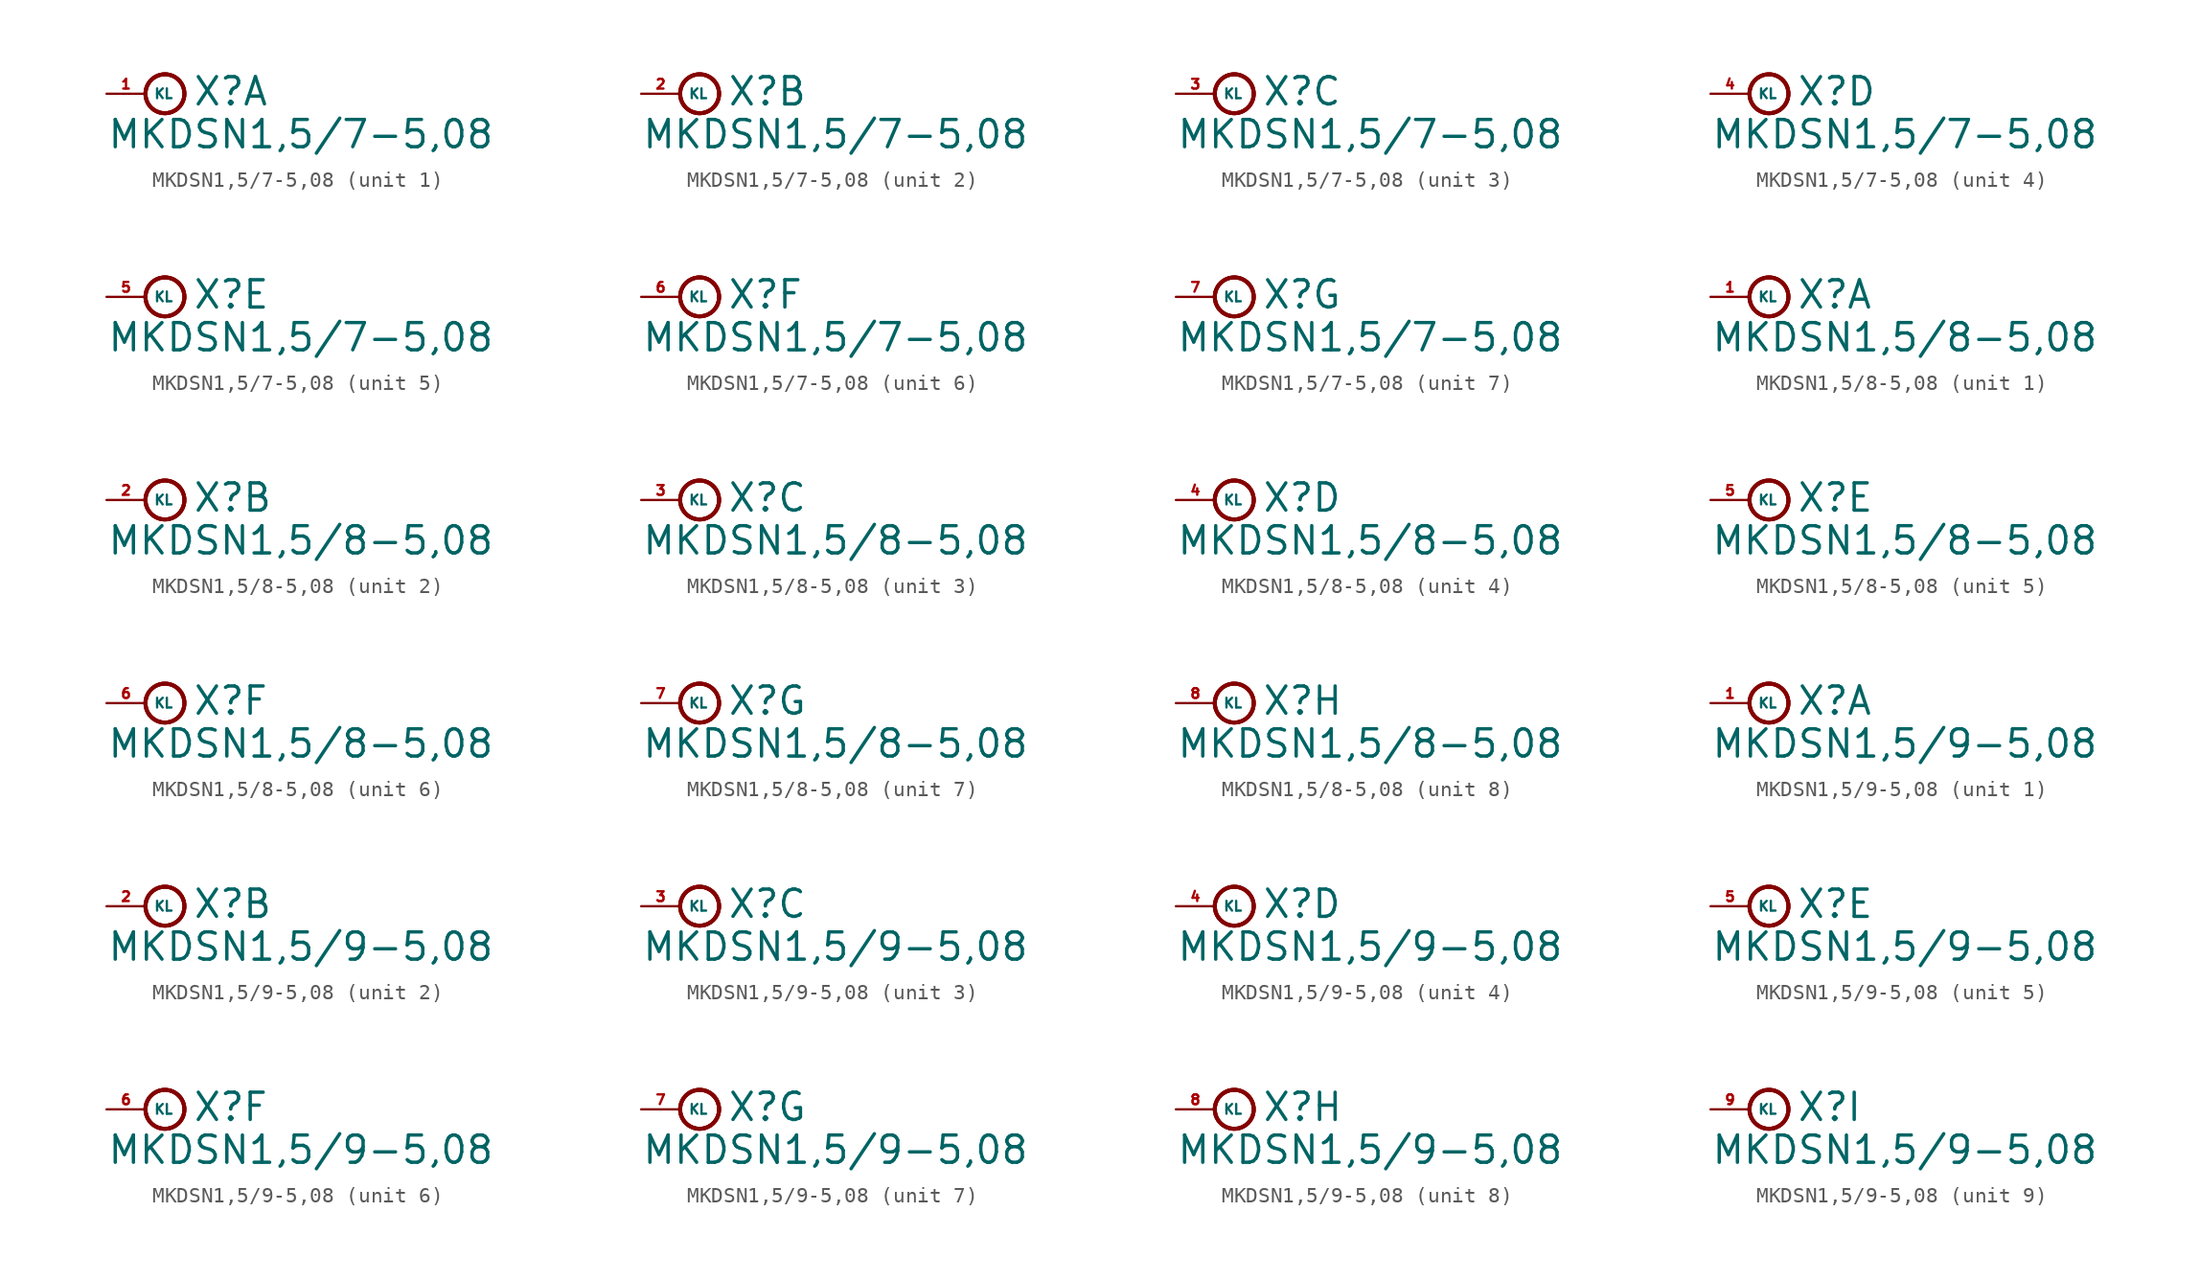
<source format=kicad_sym>
(kicad_symbol_lib
  (version 20220914)
  (generator Eagle2Kicad)
  (symbol "MKDSN1,5/7-5,08"
    (property "Reference" "X"
      (at 3.048 -0.889 0)
      (effects (font (size 1.778 1.778) (thickness 0.22)) (justify left bottom)))
    (property "Value" "MKDSN1,5/7-5,08"
      (at -2.54 -3.683 0)
      (effects (font (size 1.778 1.778) (thickness 0.22)) (justify left bottom)))
    (symbol "MKDSN1,5/7-5,08_1_0"
      (circle (center 1.27 0) (radius 1.27) (stroke (width 0.254) (type default)) (fill (type none)))
      (circle (center 1.27 0) (radius 1.27) (stroke (width 0.254) (type default)) (fill (type none)))
      (circle (center 1.27 0) (radius 1.27) (stroke (width 0.254) (type default)) (fill (type none)))
      (pin passive line (at -2.54 0 0) (length 2.54) (name "KL" (effects (font (size 0.635 0.635) (thickness 0.08)) (justify left bottom))) (number "1" (effects (font (size 0.635 0.635) (thickness 0.08)) (justify left bottom)))))
    (symbol "MKDSN1,5/7-5,08_2_0"
      (circle (center 1.27 0) (radius 1.27) (stroke (width 0.254) (type default)) (fill (type none)))
      (circle (center 1.27 0) (radius 1.27) (stroke (width 0.254) (type default)) (fill (type none)))
      (circle (center 1.27 0) (radius 1.27) (stroke (width 0.254) (type default)) (fill (type none)))
      (pin passive line (at -2.54 0 0) (length 2.54) (name "KL" (effects (font (size 0.635 0.635) (thickness 0.08)) (justify left bottom))) (number "2" (effects (font (size 0.635 0.635) (thickness 0.08)) (justify left bottom)))))
    (symbol "MKDSN1,5/7-5,08_3_0"
      (circle (center 1.27 0) (radius 1.27) (stroke (width 0.254) (type default)) (fill (type none)))
      (circle (center 1.27 0) (radius 1.27) (stroke (width 0.254) (type default)) (fill (type none)))
      (circle (center 1.27 0) (radius 1.27) (stroke (width 0.254) (type default)) (fill (type none)))
      (pin passive line (at -2.54 0 0) (length 2.54) (name "KL" (effects (font (size 0.635 0.635) (thickness 0.08)) (justify left bottom))) (number "3" (effects (font (size 0.635 0.635) (thickness 0.08)) (justify left bottom)))))
    (symbol "MKDSN1,5/7-5,08_4_0"
      (circle (center 1.27 0) (radius 1.27) (stroke (width 0.254) (type default)) (fill (type none)))
      (circle (center 1.27 0) (radius 1.27) (stroke (width 0.254) (type default)) (fill (type none)))
      (circle (center 1.27 0) (radius 1.27) (stroke (width 0.254) (type default)) (fill (type none)))
      (pin passive line (at -2.54 0 0) (length 2.54) (name "KL" (effects (font (size 0.635 0.635) (thickness 0.08)) (justify left bottom))) (number "4" (effects (font (size 0.635 0.635) (thickness 0.08)) (justify left bottom)))))
    (symbol "MKDSN1,5/7-5,08_5_0"
      (circle (center 1.27 0) (radius 1.27) (stroke (width 0.254) (type default)) (fill (type none)))
      (circle (center 1.27 0) (radius 1.27) (stroke (width 0.254) (type default)) (fill (type none)))
      (circle (center 1.27 0) (radius 1.27) (stroke (width 0.254) (type default)) (fill (type none)))
      (pin passive line (at -2.54 0 0) (length 2.54) (name "KL" (effects (font (size 0.635 0.635) (thickness 0.08)) (justify left bottom))) (number "5" (effects (font (size 0.635 0.635) (thickness 0.08)) (justify left bottom)))))
    (symbol "MKDSN1,5/7-5,08_6_0"
      (circle (center 1.27 0) (radius 1.27) (stroke (width 0.254) (type default)) (fill (type none)))
      (circle (center 1.27 0) (radius 1.27) (stroke (width 0.254) (type default)) (fill (type none)))
      (circle (center 1.27 0) (radius 1.27) (stroke (width 0.254) (type default)) (fill (type none)))
      (pin passive line (at -2.54 0 0) (length 2.54) (name "KL" (effects (font (size 0.635 0.635) (thickness 0.08)) (justify left bottom))) (number "6" (effects (font (size 0.635 0.635) (thickness 0.08)) (justify left bottom)))))
    (symbol "MKDSN1,5/7-5,08_7_0"
      (circle (center 1.27 0) (radius 1.27) (stroke (width 0.254) (type default)) (fill (type none)))
      (circle (center 1.27 0) (radius 1.27) (stroke (width 0.254) (type default)) (fill (type none)))
      (circle (center 1.27 0) (radius 1.27) (stroke (width 0.254) (type default)) (fill (type none)))
      (pin passive line (at -2.54 0 0) (length 2.54) (name "KL" (effects (font (size 0.635 0.635) (thickness 0.08)) (justify left bottom))) (number "7" (effects (font (size 0.635 0.635) (thickness 0.08)) (justify left bottom))))))
  (symbol "MKDSN1,5/8-5,08"
    (property "Reference" "X"
      (at 3.048 -0.889 0)
      (effects (font (size 1.778 1.778) (thickness 0.22)) (justify left bottom)))
    (property "Value" "MKDSN1,5/8-5,08"
      (at -2.54 -3.683 0)
      (effects (font (size 1.778 1.778) (thickness 0.22)) (justify left bottom)))
    (symbol "MKDSN1,5/8-5,08_1_0"
      (circle (center 1.27 0) (radius 1.27) (stroke (width 0.254) (type default)) (fill (type none)))
      (circle (center 1.27 0) (radius 1.27) (stroke (width 0.254) (type default)) (fill (type none)))
      (circle (center 1.27 0) (radius 1.27) (stroke (width 0.254) (type default)) (fill (type none)))
      (pin passive line (at -2.54 0 0) (length 2.54) (name "KL" (effects (font (size 0.635 0.635) (thickness 0.08)) (justify left bottom))) (number "1" (effects (font (size 0.635 0.635) (thickness 0.08)) (justify left bottom)))))
    (symbol "MKDSN1,5/8-5,08_2_0"
      (circle (center 1.27 0) (radius 1.27) (stroke (width 0.254) (type default)) (fill (type none)))
      (circle (center 1.27 0) (radius 1.27) (stroke (width 0.254) (type default)) (fill (type none)))
      (circle (center 1.27 0) (radius 1.27) (stroke (width 0.254) (type default)) (fill (type none)))
      (pin passive line (at -2.54 0 0) (length 2.54) (name "KL" (effects (font (size 0.635 0.635) (thickness 0.08)) (justify left bottom))) (number "2" (effects (font (size 0.635 0.635) (thickness 0.08)) (justify left bottom)))))
    (symbol "MKDSN1,5/8-5,08_3_0"
      (circle (center 1.27 0) (radius 1.27) (stroke (width 0.254) (type default)) (fill (type none)))
      (circle (center 1.27 0) (radius 1.27) (stroke (width 0.254) (type default)) (fill (type none)))
      (circle (center 1.27 0) (radius 1.27) (stroke (width 0.254) (type default)) (fill (type none)))
      (pin passive line (at -2.54 0 0) (length 2.54) (name "KL" (effects (font (size 0.635 0.635) (thickness 0.08)) (justify left bottom))) (number "3" (effects (font (size 0.635 0.635) (thickness 0.08)) (justify left bottom)))))
    (symbol "MKDSN1,5/8-5,08_4_0"
      (circle (center 1.27 0) (radius 1.27) (stroke (width 0.254) (type default)) (fill (type none)))
      (circle (center 1.27 0) (radius 1.27) (stroke (width 0.254) (type default)) (fill (type none)))
      (circle (center 1.27 0) (radius 1.27) (stroke (width 0.254) (type default)) (fill (type none)))
      (pin passive line (at -2.54 0 0) (length 2.54) (name "KL" (effects (font (size 0.635 0.635) (thickness 0.08)) (justify left bottom))) (number "4" (effects (font (size 0.635 0.635) (thickness 0.08)) (justify left bottom)))))
    (symbol "MKDSN1,5/8-5,08_5_0"
      (circle (center 1.27 0) (radius 1.27) (stroke (width 0.254) (type default)) (fill (type none)))
      (circle (center 1.27 0) (radius 1.27) (stroke (width 0.254) (type default)) (fill (type none)))
      (circle (center 1.27 0) (radius 1.27) (stroke (width 0.254) (type default)) (fill (type none)))
      (pin passive line (at -2.54 0 0) (length 2.54) (name "KL" (effects (font (size 0.635 0.635) (thickness 0.08)) (justify left bottom))) (number "5" (effects (font (size 0.635 0.635) (thickness 0.08)) (justify left bottom)))))
    (symbol "MKDSN1,5/8-5,08_6_0"
      (circle (center 1.27 0) (radius 1.27) (stroke (width 0.254) (type default)) (fill (type none)))
      (circle (center 1.27 0) (radius 1.27) (stroke (width 0.254) (type default)) (fill (type none)))
      (circle (center 1.27 0) (radius 1.27) (stroke (width 0.254) (type default)) (fill (type none)))
      (pin passive line (at -2.54 0 0) (length 2.54) (name "KL" (effects (font (size 0.635 0.635) (thickness 0.08)) (justify left bottom))) (number "6" (effects (font (size 0.635 0.635) (thickness 0.08)) (justify left bottom)))))
    (symbol "MKDSN1,5/8-5,08_7_0"
      (circle (center 1.27 0) (radius 1.27) (stroke (width 0.254) (type default)) (fill (type none)))
      (circle (center 1.27 0) (radius 1.27) (stroke (width 0.254) (type default)) (fill (type none)))
      (circle (center 1.27 0) (radius 1.27) (stroke (width 0.254) (type default)) (fill (type none)))
      (pin passive line (at -2.54 0 0) (length 2.54) (name "KL" (effects (font (size 0.635 0.635) (thickness 0.08)) (justify left bottom))) (number "7" (effects (font (size 0.635 0.635) (thickness 0.08)) (justify left bottom)))))
    (symbol "MKDSN1,5/8-5,08_8_0"
      (circle (center 1.27 0) (radius 1.27) (stroke (width 0.254) (type default)) (fill (type none)))
      (circle (center 1.27 0) (radius 1.27) (stroke (width 0.254) (type default)) (fill (type none)))
      (circle (center 1.27 0) (radius 1.27) (stroke (width 0.254) (type default)) (fill (type none)))
      (pin passive line (at -2.54 0 0) (length 2.54) (name "KL" (effects (font (size 0.635 0.635) (thickness 0.08)) (justify left bottom))) (number "8" (effects (font (size 0.635 0.635) (thickness 0.08)) (justify left bottom))))))
  (symbol "MKDSN1,5/9-5,08"
    (property "Reference" "X"
      (at 3.048 -0.889 0)
      (effects (font (size 1.778 1.778) (thickness 0.22)) (justify left bottom)))
    (property "Value" "MKDSN1,5/9-5,08"
      (at -2.54 -3.683 0)
      (effects (font (size 1.778 1.778) (thickness 0.22)) (justify left bottom)))
    (symbol "MKDSN1,5/9-5,08_1_0"
      (circle (center 1.27 0) (radius 1.27) (stroke (width 0.254) (type default)) (fill (type none)))
      (circle (center 1.27 0) (radius 1.27) (stroke (width 0.254) (type default)) (fill (type none)))
      (circle (center 1.27 0) (radius 1.27) (stroke (width 0.254) (type default)) (fill (type none)))
      (pin passive line (at -2.54 0 0) (length 2.54) (name "KL" (effects (font (size 0.635 0.635) (thickness 0.08)) (justify left bottom))) (number "1" (effects (font (size 0.635 0.635) (thickness 0.08)) (justify left bottom)))))
    (symbol "MKDSN1,5/9-5,08_2_0"
      (circle (center 1.27 0) (radius 1.27) (stroke (width 0.254) (type default)) (fill (type none)))
      (circle (center 1.27 0) (radius 1.27) (stroke (width 0.254) (type default)) (fill (type none)))
      (circle (center 1.27 0) (radius 1.27) (stroke (width 0.254) (type default)) (fill (type none)))
      (pin passive line (at -2.54 0 0) (length 2.54) (name "KL" (effects (font (size 0.635 0.635) (thickness 0.08)) (justify left bottom))) (number "2" (effects (font (size 0.635 0.635) (thickness 0.08)) (justify left bottom)))))
    (symbol "MKDSN1,5/9-5,08_3_0"
      (circle (center 1.27 0) (radius 1.27) (stroke (width 0.254) (type default)) (fill (type none)))
      (circle (center 1.27 0) (radius 1.27) (stroke (width 0.254) (type default)) (fill (type none)))
      (circle (center 1.27 0) (radius 1.27) (stroke (width 0.254) (type default)) (fill (type none)))
      (pin passive line (at -2.54 0 0) (length 2.54) (name "KL" (effects (font (size 0.635 0.635) (thickness 0.08)) (justify left bottom))) (number "3" (effects (font (size 0.635 0.635) (thickness 0.08)) (justify left bottom)))))
    (symbol "MKDSN1,5/9-5,08_4_0"
      (circle (center 1.27 0) (radius 1.27) (stroke (width 0.254) (type default)) (fill (type none)))
      (circle (center 1.27 0) (radius 1.27) (stroke (width 0.254) (type default)) (fill (type none)))
      (circle (center 1.27 0) (radius 1.27) (stroke (width 0.254) (type default)) (fill (type none)))
      (pin passive line (at -2.54 0 0) (length 2.54) (name "KL" (effects (font (size 0.635 0.635) (thickness 0.08)) (justify left bottom))) (number "4" (effects (font (size 0.635 0.635) (thickness 0.08)) (justify left bottom)))))
    (symbol "MKDSN1,5/9-5,08_5_0"
      (circle (center 1.27 0) (radius 1.27) (stroke (width 0.254) (type default)) (fill (type none)))
      (circle (center 1.27 0) (radius 1.27) (stroke (width 0.254) (type default)) (fill (type none)))
      (circle (center 1.27 0) (radius 1.27) (stroke (width 0.254) (type default)) (fill (type none)))
      (pin passive line (at -2.54 0 0) (length 2.54) (name "KL" (effects (font (size 0.635 0.635) (thickness 0.08)) (justify left bottom))) (number "5" (effects (font (size 0.635 0.635) (thickness 0.08)) (justify left bottom)))))
    (symbol "MKDSN1,5/9-5,08_6_0"
      (circle (center 1.27 0) (radius 1.27) (stroke (width 0.254) (type default)) (fill (type none)))
      (circle (center 1.27 0) (radius 1.27) (stroke (width 0.254) (type default)) (fill (type none)))
      (circle (center 1.27 0) (radius 1.27) (stroke (width 0.254) (type default)) (fill (type none)))
      (pin passive line (at -2.54 0 0) (length 2.54) (name "KL" (effects (font (size 0.635 0.635) (thickness 0.08)) (justify left bottom))) (number "6" (effects (font (size 0.635 0.635) (thickness 0.08)) (justify left bottom)))))
    (symbol "MKDSN1,5/9-5,08_7_0"
      (circle (center 1.27 0) (radius 1.27) (stroke (width 0.254) (type default)) (fill (type none)))
      (circle (center 1.27 0) (radius 1.27) (stroke (width 0.254) (type default)) (fill (type none)))
      (circle (center 1.27 0) (radius 1.27) (stroke (width 0.254) (type default)) (fill (type none)))
      (pin passive line (at -2.54 0 0) (length 2.54) (name "KL" (effects (font (size 0.635 0.635) (thickness 0.08)) (justify left bottom))) (number "7" (effects (font (size 0.635 0.635) (thickness 0.08)) (justify left bottom)))))
    (symbol "MKDSN1,5/9-5,08_8_0"
      (circle (center 1.27 0) (radius 1.27) (stroke (width 0.254) (type default)) (fill (type none)))
      (circle (center 1.27 0) (radius 1.27) (stroke (width 0.254) (type default)) (fill (type none)))
      (circle (center 1.27 0) (radius 1.27) (stroke (width 0.254) (type default)) (fill (type none)))
      (pin passive line (at -2.54 0 0) (length 2.54) (name "KL" (effects (font (size 0.635 0.635) (thickness 0.08)) (justify left bottom))) (number "8" (effects (font (size 0.635 0.635) (thickness 0.08)) (justify left bottom)))))
    (symbol "MKDSN1,5/9-5,08_9_0"
      (circle (center 1.27 0) (radius 1.27) (stroke (width 0.254) (type default)) (fill (type none)))
      (circle (center 1.27 0) (radius 1.27) (stroke (width 0.254) (type default)) (fill (type none)))
      (circle (center 1.27 0) (radius 1.27) (stroke (width 0.254) (type default)) (fill (type none)))
      (pin passive line (at -2.54 0 0) (length 2.54) (name "KL" (effects (font (size 0.635 0.635) (thickness 0.08)) (justify left bottom))) (number "9" (effects (font (size 0.635 0.635) (thickness 0.08)) (justify left bottom)))))))
</source>
